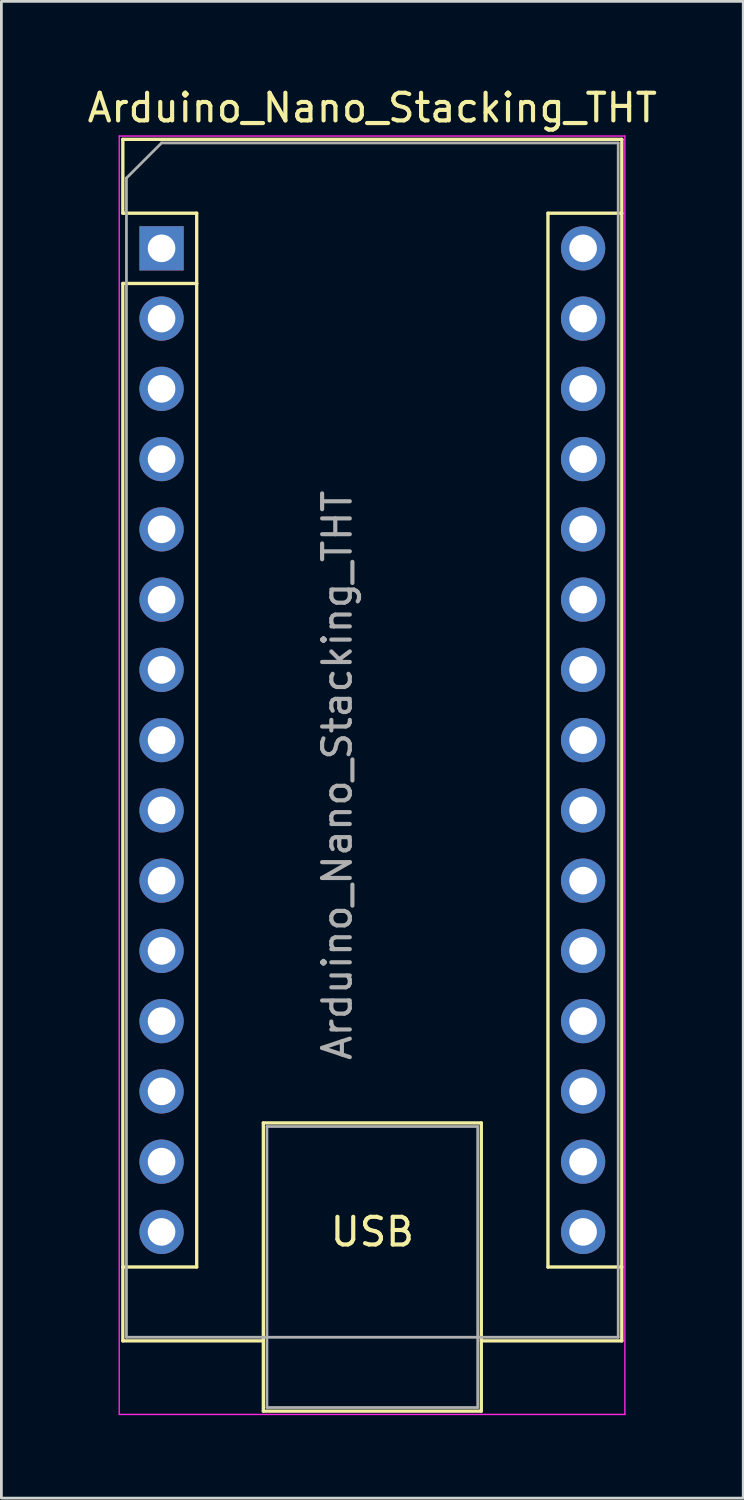
<source format=kicad_pcb>
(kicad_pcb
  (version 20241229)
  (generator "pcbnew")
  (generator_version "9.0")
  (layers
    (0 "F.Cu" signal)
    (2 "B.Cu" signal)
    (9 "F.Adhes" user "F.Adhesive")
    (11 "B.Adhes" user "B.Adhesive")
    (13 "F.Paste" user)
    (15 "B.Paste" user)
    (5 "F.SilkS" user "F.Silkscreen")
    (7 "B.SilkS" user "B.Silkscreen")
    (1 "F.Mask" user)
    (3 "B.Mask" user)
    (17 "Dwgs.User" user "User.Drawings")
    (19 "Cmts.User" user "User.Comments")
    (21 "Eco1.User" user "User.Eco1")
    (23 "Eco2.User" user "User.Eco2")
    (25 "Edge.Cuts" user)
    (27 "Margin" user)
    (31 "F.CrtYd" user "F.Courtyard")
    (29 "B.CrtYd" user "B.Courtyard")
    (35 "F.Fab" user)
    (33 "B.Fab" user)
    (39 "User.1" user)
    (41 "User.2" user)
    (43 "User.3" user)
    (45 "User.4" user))
  (footprint "Arduino_Nano_Stacking_THT"
    (layer "F.Cu")
    (at 2.791 5.928)
    (property "Reference" "Arduino_Nano_Stacking_THT" (at 7.62 -5.08 0) (layer "F.SilkS") (effects (font (size 1 1) (thickness 0.15))))
    (attr through_hole)
    (fp_line (start -1.4 -3.94) (end -1.4 -1.27) (stroke (width 0.12) (type solid)) (layer "F.SilkS"))
    (fp_line (start -1.4 1.27) (end -1.4 39.5) (stroke (width 0.12) (type solid)) (layer "F.SilkS"))
    (fp_line (start -1.4 39.5) (end 3.68 39.5) (stroke (width 0.12) (type solid)) (layer "F.SilkS"))
    (fp_line (start 1.27 -1.27) (end -1.4 -1.27) (stroke (width 0.12) (type solid)) (layer "F.SilkS"))
    (fp_line (start 1.27 1.27) (end -1.4 1.27) (stroke (width 0.12) (type solid)) (layer "F.SilkS"))
    (fp_line (start 1.27 1.27) (end 1.27 -1.27) (stroke (width 0.12) (type solid)) (layer "F.SilkS"))
    (fp_line (start 1.27 1.27) (end 1.27 36.83) (stroke (width 0.12) (type solid)) (layer "F.SilkS"))
    (fp_line (start 1.27 36.83) (end -1.4 36.83) (stroke (width 0.12) (type solid)) (layer "F.SilkS"))
    (fp_line (start 3.68 31.62) (end 11.56 31.62) (stroke (width 0.12) (type solid)) (layer "F.SilkS"))
    (fp_line (start 3.68 42.04) (end 3.68 31.62) (stroke (width 0.12) (type solid)) (layer "F.SilkS"))
    (fp_line (start 11.56 31.62) (end 11.56 42.04) (stroke (width 0.12) (type solid)) (layer "F.SilkS"))
    (fp_line (start 11.56 42.04) (end 3.68 42.04) (stroke (width 0.12) (type solid)) (layer "F.SilkS"))
    (fp_line (start 13.97 -1.27) (end 13.97 36.83) (stroke (width 0.12) (type solid)) (layer "F.SilkS"))
    (fp_line (start 13.97 -1.27) (end 16.64 -1.27) (stroke (width 0.12) (type solid)) (layer "F.SilkS"))
    (fp_line (start 13.97 36.83) (end 16.64 36.83) (stroke (width 0.12) (type solid)) (layer "F.SilkS"))
    (fp_line (start 16.64 -3.94) (end -1.4 -3.94) (stroke (width 0.12) (type solid)) (layer "F.SilkS"))
    (fp_line (start 16.64 39.5) (end 11.56 39.5) (stroke (width 0.12) (type solid)) (layer "F.SilkS"))
    (fp_line (start 16.64 39.5) (end 16.64 -3.94) (stroke (width 0.12) (type solid)) (layer "F.SilkS"))
    (fp_line (start -1.53 -4.06) (end -1.53 42.16) (stroke (width 0.05) (type solid)) (layer "F.CrtYd"))
    (fp_line (start -1.53 -4.06) (end 16.75 -4.06) (stroke (width 0.05) (type solid)) (layer "F.CrtYd"))
    (fp_line (start 16.75 42.16) (end -1.53 42.16) (stroke (width 0.05) (type solid)) (layer "F.CrtYd"))
    (fp_line (start 16.75 42.16) (end 16.75 -4.06) (stroke (width 0.05) (type solid)) (layer "F.CrtYd"))
    (fp_line (start -1.27 -2.54) (end 0 -3.81) (stroke (width 0.1) (type solid)) (layer "F.Fab"))
    (fp_line (start -1.27 39.37) (end -1.27 -2.54) (stroke (width 0.1) (type solid)) (layer "F.Fab"))
    (fp_line (start 0 -3.81) (end 16.51 -3.81) (stroke (width 0.1) (type solid)) (layer "F.Fab"))
    (fp_line (start 3.81 31.75) (end 11.43 31.75) (stroke (width 0.1) (type solid)) (layer "F.Fab"))
    (fp_line (start 3.81 41.91) (end 3.81 31.75) (stroke (width 0.1) (type solid)) (layer "F.Fab"))
    (fp_line (start 11.43 31.75) (end 11.43 41.91) (stroke (width 0.1) (type solid)) (layer "F.Fab"))
    (fp_line (start 11.43 41.91) (end 3.81 41.91) (stroke (width 0.1) (type solid)) (layer "F.Fab"))
    (fp_line (start 16.51 -3.81) (end 16.51 39.37) (stroke (width 0.1) (type solid)) (layer "F.Fab"))
    (fp_line (start 16.51 39.37) (end -1.27 39.37) (stroke (width 0.1) (type solid)) (layer "F.Fab"))
    (fp_text user "USB" (at 7.62 35.56 0) (unlocked yes) (layer "F.SilkS") (effects (font (size 1 1) (thickness 0.15))))
    (fp_text user "${REFERENCE}" (at 6.35 19.05 90) (layer "F.Fab") (effects (font (size 1 1) (thickness 0.15))))
    (pad "1" thru_hole rect (at 0 0) (size 1.6 1.6) (drill 1) (layers "*.Cu" "*.Mask"))
    (pad "2" thru_hole oval (at 0 2.54) (size 1.6 1.6) (drill 1) (layers "*.Cu" "*.Mask"))
    (pad "3" thru_hole oval (at 0 5.08) (size 1.6 1.6) (drill 1) (layers "*.Cu" "*.Mask"))
    (pad "4" thru_hole oval (at 0 7.62) (size 1.6 1.6) (drill 1) (layers "*.Cu" "*.Mask"))
    (pad "5" thru_hole oval (at 0 10.16) (size 1.6 1.6) (drill 1) (layers "*.Cu" "*.Mask"))
    (pad "6" thru_hole oval (at 0 12.7) (size 1.6 1.6) (drill 1) (layers "*.Cu" "*.Mask"))
    (pad "7" thru_hole oval (at 0 15.24) (size 1.6 1.6) (drill 1) (layers "*.Cu" "*.Mask"))
    (pad "8" thru_hole oval (at 0 17.78) (size 1.6 1.6) (drill 1) (layers "*.Cu" "*.Mask"))
    (pad "9" thru_hole oval (at 0 20.32) (size 1.6 1.6) (drill 1) (layers "*.Cu" "*.Mask"))
    (pad "10" thru_hole oval (at 0 22.86) (size 1.6 1.6) (drill 1) (layers "*.Cu" "*.Mask"))
    (pad "11" thru_hole oval (at 0 25.4) (size 1.6 1.6) (drill 1) (layers "*.Cu" "*.Mask"))
    (pad "12" thru_hole oval (at 0 27.94) (size 1.6 1.6) (drill 1) (layers "*.Cu" "*.Mask"))
    (pad "13" thru_hole oval (at 0 30.48) (size 1.6 1.6) (drill 1) (layers "*.Cu" "*.Mask"))
    (pad "14" thru_hole oval (at 0 33.02) (size 1.6 1.6) (drill 1) (layers "*.Cu" "*.Mask"))
    (pad "15" thru_hole oval (at 0 35.56) (size 1.6 1.6) (drill 1) (layers "*.Cu" "*.Mask"))
    (pad "16" thru_hole oval (at 15.24 35.56) (size 1.6 1.6) (drill 1) (layers "*.Cu" "*.Mask"))
    (pad "17" thru_hole oval (at 15.24 33.02) (size 1.6 1.6) (drill 1) (layers "*.Cu" "*.Mask"))
    (pad "18" thru_hole oval (at 15.24 30.48) (size 1.6 1.6) (drill 1) (layers "*.Cu" "*.Mask"))
    (pad "19" thru_hole oval (at 15.24 27.94) (size 1.6 1.6) (drill 1) (layers "*.Cu" "*.Mask"))
    (pad "20" thru_hole oval (at 15.24 25.4) (size 1.6 1.6) (drill 1) (layers "*.Cu" "*.Mask"))
    (pad "21" thru_hole oval (at 15.24 22.86) (size 1.6 1.6) (drill 1) (layers "*.Cu" "*.Mask"))
    (pad "22" thru_hole oval (at 15.24 20.32) (size 1.6 1.6) (drill 1) (layers "*.Cu" "*.Mask"))
    (pad "23" thru_hole oval (at 15.24 17.78) (size 1.6 1.6) (drill 1) (layers "*.Cu" "*.Mask"))
    (pad "24" thru_hole oval (at 15.24 15.24) (size 1.6 1.6) (drill 1) (layers "*.Cu" "*.Mask"))
    (pad "25" thru_hole oval (at 15.24 12.7) (size 1.6 1.6) (drill 1) (layers "*.Cu" "*.Mask"))
    (pad "26" thru_hole oval (at 15.24 10.16) (size 1.6 1.6) (drill 1) (layers "*.Cu" "*.Mask"))
    (pad "27" thru_hole oval (at 15.24 7.62) (size 1.6 1.6) (drill 1) (layers "*.Cu" "*.Mask"))
    (pad "28" thru_hole oval (at 15.24 5.08) (size 1.6 1.6) (drill 1) (layers "*.Cu" "*.Mask"))
    (pad "29" thru_hole oval (at 15.24 2.54) (size 1.6 1.6) (drill 1) (layers "*.Cu" "*.Mask"))
    (pad "30" thru_hole oval (at 15.24 0) (size 1.6 1.6) (drill 1) (layers "*.Cu" "*.Mask")))
  (gr_rect
    (start -3 -3)
    (end 23.821 51.113)
    (stroke (width 0.1) (type default))
    (fill no)
    (layer "Edge.Cuts")))
</source>
